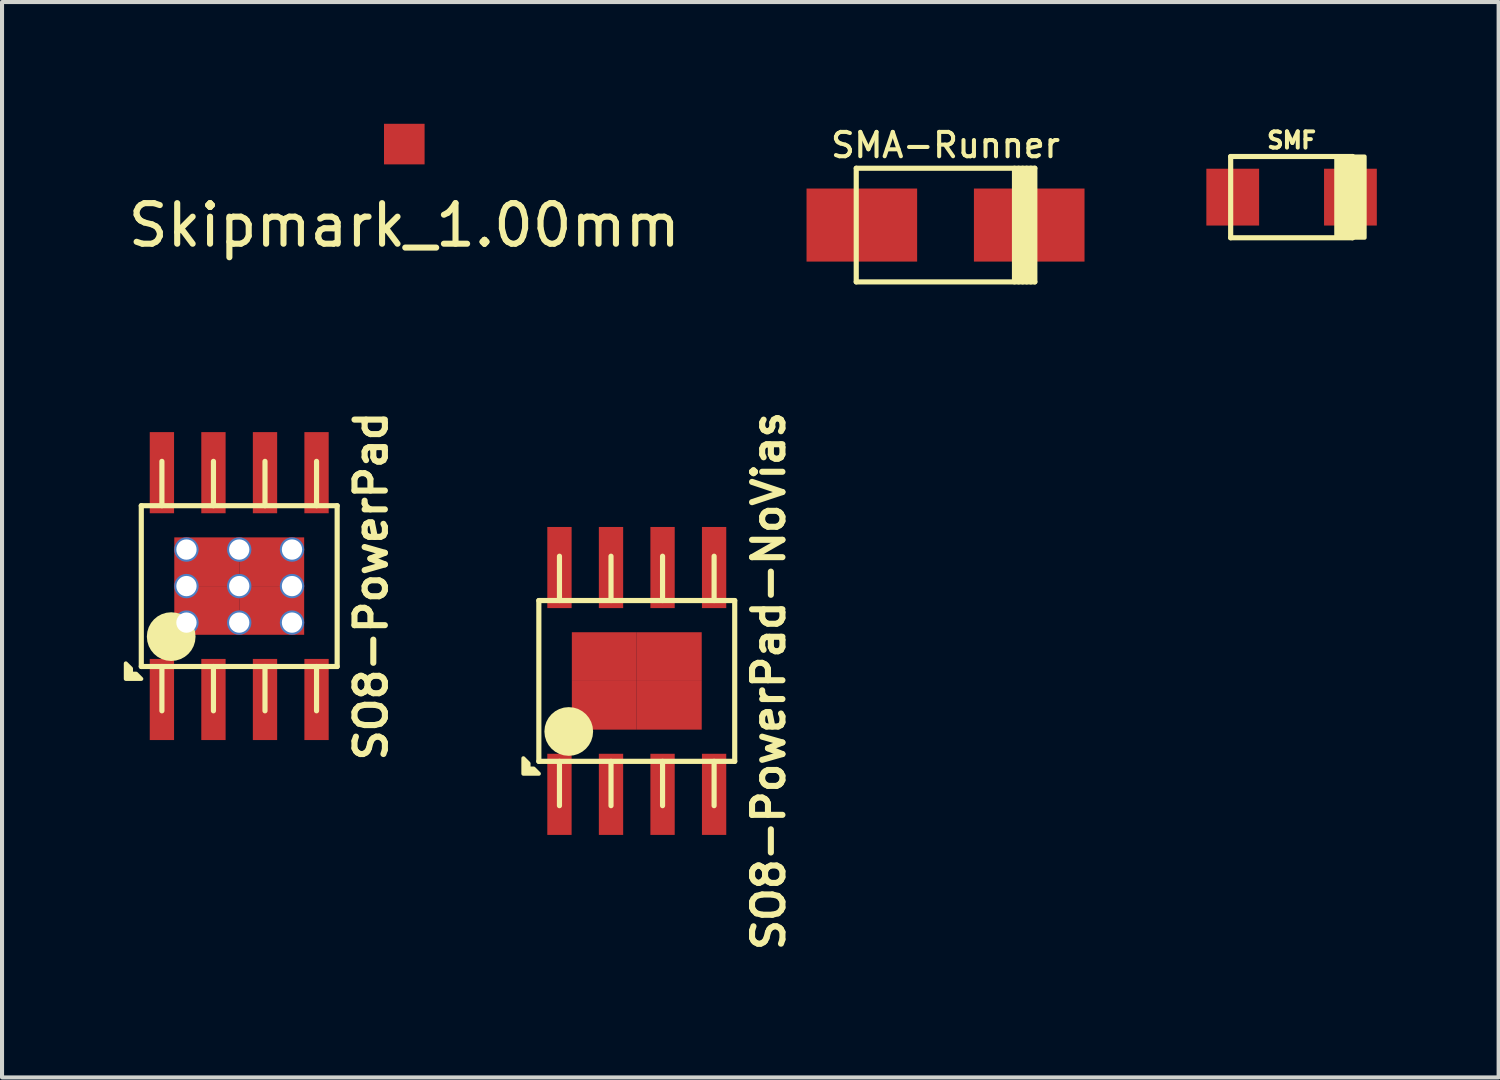
<source format=kicad_pcb>
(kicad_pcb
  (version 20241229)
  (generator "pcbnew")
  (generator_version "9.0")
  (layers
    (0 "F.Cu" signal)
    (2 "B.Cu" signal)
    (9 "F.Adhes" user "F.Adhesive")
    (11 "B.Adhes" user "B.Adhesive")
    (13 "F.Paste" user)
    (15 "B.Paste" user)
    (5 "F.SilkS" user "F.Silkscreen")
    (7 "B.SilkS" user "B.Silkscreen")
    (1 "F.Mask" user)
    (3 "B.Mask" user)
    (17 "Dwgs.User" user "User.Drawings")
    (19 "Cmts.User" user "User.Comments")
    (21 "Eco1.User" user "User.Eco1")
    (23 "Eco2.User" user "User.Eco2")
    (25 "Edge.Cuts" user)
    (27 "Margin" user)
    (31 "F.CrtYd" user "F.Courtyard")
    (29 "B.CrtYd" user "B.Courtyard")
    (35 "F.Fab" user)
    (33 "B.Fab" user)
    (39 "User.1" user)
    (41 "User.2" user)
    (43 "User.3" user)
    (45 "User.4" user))
  (footprint "SO8-PowerPad"
    (layer "F.Cu")
    (at 2.844 11.39)
    (property "Reference" "SO8-PowerPad" (at 3.25 0 90) (layer "F.SilkS") (effects (font (size 0.749 0.749) (thickness 0.15))))
    (attr smd)
    (fp_line (start -2.413 -1.981) (end -2.413 1.981) (stroke (width 0.127) (type solid)) (layer "F.SilkS"))
    (fp_line (start -2.413 1.981) (end 2.413 1.981) (stroke (width 0.127) (type solid)) (layer "F.SilkS"))
    (fp_line (start -1.905 -1.981) (end -1.905 -3.073) (stroke (width 0.127) (type solid)) (layer "F.SilkS"))
    (fp_line (start -1.905 3.073) (end -1.905 1.981) (stroke (width 0.127) (type solid)) (layer "F.SilkS"))
    (fp_line (start -0.635 -1.981) (end -0.635 -3.073) (stroke (width 0.127) (type solid)) (layer "F.SilkS"))
    (fp_line (start -0.635 3.073) (end -0.635 1.981) (stroke (width 0.127) (type solid)) (layer "F.SilkS"))
    (fp_line (start 0.635 -1.981) (end 0.635 -3.073) (stroke (width 0.127) (type solid)) (layer "F.SilkS"))
    (fp_line (start 0.635 3.073) (end 0.635 1.981) (stroke (width 0.127) (type solid)) (layer "F.SilkS"))
    (fp_line (start 1.905 -3.073) (end 1.905 -1.981) (stroke (width 0.127) (type solid)) (layer "F.SilkS"))
    (fp_line (start 1.905 1.981) (end 1.905 3.073) (stroke (width 0.127) (type solid)) (layer "F.SilkS"))
    (fp_line (start 2.413 -1.981) (end -2.413 -1.981) (stroke (width 0.127) (type solid)) (layer "F.SilkS"))
    (fp_line (start 2.413 1.981) (end 2.413 -1.981) (stroke (width 0.127) (type solid)) (layer "F.SilkS"))
    (fp_circle (center -1.676 1.245) (end -1.376 1.245) (stroke (width 0.6) (type solid)) (fill no) (layer "F.SilkS"))
    (fp_poly (pts (xy -2.667 2.032) (xy -2.667 2.159) (xy -2.54 2.159) (xy -2.413 2.286) (xy -2.794 2.286) (xy -2.794 1.905)) (stroke (width 0.1) (type solid)) (fill yes) (layer "F.SilkS"))
    (pad "1" smd rect (at -1.905 2.794) (size 0.599 1.999) (layers "F.Cu" "F.Mask" "F.Paste"))
    (pad "2" smd rect (at -0.635 2.794) (size 0.599 1.999) (layers "F.Cu" "F.Mask" "F.Paste"))
    (pad "3" smd rect (at 0.635 2.794) (size 0.599 1.999) (layers "F.Cu" "F.Mask" "F.Paste"))
    (pad "4" smd rect (at 1.905 2.794) (size 0.599 1.999) (layers "F.Cu" "F.Mask" "F.Paste"))
    (pad "5" smd rect (at 1.905 -2.794) (size 0.599 1.999) (layers "F.Cu" "F.Mask" "F.Paste"))
    (pad "6" smd rect (at 0.635 -2.794) (size 0.599 1.999) (layers "F.Cu" "F.Mask" "F.Paste"))
    (pad "7" smd rect (at -0.635 -2.794) (size 0.599 1.999) (layers "F.Cu" "F.Mask" "F.Paste"))
    (pad "8" smd rect (at -1.905 -2.794) (size 0.599 1.999) (layers "F.Cu" "F.Mask" "F.Paste"))
    (pad "9" thru_hole circle (at -1.3 -0.9) (size 0.6 0.6) (drill 0.5) (layers "*.Cu" "*.Mask"))
    (pad "9" thru_hole circle (at -1.3 0) (size 0.6 0.6) (drill 0.5) (layers "*.Cu" "*.Mask"))
    (pad "9" thru_hole circle (at -1.3 0.9) (size 0.6 0.6) (drill 0.5) (layers "*.Cu" "*.Mask"))
    (pad "9" smd rect (at -0.8 -0.6) (size 1.6 1.2) (layers "F.Cu" "F.Mask" "F.Paste"))
    (pad "9" smd rect (at -0.8 0.6) (size 1.6 1.2) (layers "F.Cu" "F.Mask" "F.Paste"))
    (pad "9" thru_hole circle (at 0 -0.9) (size 0.6 0.6) (drill 0.5) (layers "*.Cu" "*.Mask"))
    (pad "9" thru_hole circle (at 0 0) (size 0.6 0.6) (drill 0.5) (layers "*.Cu" "*.Mask"))
    (pad "9" thru_hole circle (at 0 0.9) (size 0.6 0.6) (drill 0.5) (layers "*.Cu" "*.Mask"))
    (pad "9" smd rect (at 0.8 -0.6) (size 1.6 1.2) (layers "F.Cu" "F.Mask" "F.Paste"))
    (pad "9" smd rect (at 0.8 0.6) (size 1.6 1.2) (layers "F.Cu" "F.Mask" "F.Paste"))
    (pad "9" thru_hole circle (at 1.3 -0.9) (size 0.6 0.6) (drill 0.5) (layers "*.Cu" "*.Mask"))
    (pad "9" thru_hole circle (at 1.3 0) (size 0.6 0.6) (drill 0.5) (layers "*.Cu" "*.Mask"))
    (pad "9" thru_hole circle (at 1.3 0.9) (size 0.6 0.6) (drill 0.5) (layers "*.Cu" "*.Mask")))
  (footprint "SMA-Runner"
    (layer "F.Cu")
    (at 20.246 2.495)
    (property "Reference" "SMA-Runner" (at 0 -1.968 0) (layer "F.SilkS") (effects (font (size 0.6 0.6) (thickness 0.1))))
    (attr smd)
    (fp_line (start -2.2 -1.4) (end -2.2 1.4) (stroke (width 0.127) (type solid)) (layer "F.SilkS"))
    (fp_line (start -2.2 1.4) (end 2.2 1.4) (stroke (width 0.127) (type solid)) (layer "F.SilkS"))
    (fp_line (start 1.699 -1.4) (end 1.699 1.4) (stroke (width 0.127) (type solid)) (layer "F.SilkS"))
    (fp_line (start 1.801 -1.4) (end 1.801 1.4) (stroke (width 0.127) (type solid)) (layer "F.SilkS"))
    (fp_line (start 1.9 1.4) (end 1.9 -1.4) (stroke (width 0.127) (type solid)) (layer "F.SilkS"))
    (fp_line (start 1.999 -1.4) (end 1.999 1.4) (stroke (width 0.127) (type solid)) (layer "F.SilkS"))
    (fp_line (start 2.101 1.4) (end 2.101 -1.4) (stroke (width 0.127) (type solid)) (layer "F.SilkS"))
    (fp_line (start 2.2 -1.4) (end -2.2 -1.4) (stroke (width 0.127) (type solid)) (layer "F.SilkS"))
    (fp_line (start 2.2 1.4) (end 2.2 -1.4) (stroke (width 0.127) (type solid)) (layer "F.SilkS"))
    (pad "1" smd rect (at 2.062 0) (size 2.725 1.8) (layers "F.Cu" "F.Mask" "F.Paste"))
    (pad "2" smd rect (at -2.062 0) (size 2.725 1.8) (layers "F.Cu" "F.Mask" "F.Paste")))
  (footprint "SMF"
    (layer "F.Cu")
    (at 28.772 1.807)
    (property "Reference" "SMF" (at 0 -1.4 0) (layer "F.SilkS") (effects (font (size 0.399 0.399) (thickness 0.099))))
    (attr smd)
    (fp_line (start -1.501 -1.001) (end -1.501 1.001) (stroke (width 0.127) (type solid)) (layer "F.SilkS"))
    (fp_line (start -1.501 1.001) (end 1.501 1.001) (stroke (width 0.127) (type solid)) (layer "F.SilkS"))
    (fp_line (start 1.501 -1.001) (end -1.501 -1.001) (stroke (width 0.127) (type solid)) (layer "F.SilkS"))
    (fp_line (start 1.501 1.001) (end 1.501 -1.001) (stroke (width 0.127) (type solid)) (layer "F.SilkS"))
    (fp_rect (start 1.101 -1.001) (end 1.8 1) (stroke (width 0.1) (type solid)) (fill yes) (layer "F.SilkS"))
    (pad "1" smd rect (at 1.45 0) (size 1.3 1.4) (layers "F.Cu" "F.Mask" "F.Paste"))
    (pad "2" smd rect (at -1.45 0) (size 1.3 1.4) (layers "F.Cu" "F.Mask" "F.Paste")))
  (footprint "SO8-PowerPad-NoVias"
    (layer "F.Cu")
    (at 12.639 13.727)
    (property "Reference" "SO8-PowerPad-NoVias" (at 3.25 0 90) (layer "F.SilkS") (effects (font (size 0.749 0.749) (thickness 0.15))))
    (attr smd)
    (fp_line (start -2.413 -1.981) (end -2.413 1.981) (stroke (width 0.127) (type solid)) (layer "F.SilkS"))
    (fp_line (start -2.413 1.981) (end 2.413 1.981) (stroke (width 0.127) (type solid)) (layer "F.SilkS"))
    (fp_line (start -1.905 -1.981) (end -1.905 -3.073) (stroke (width 0.127) (type solid)) (layer "F.SilkS"))
    (fp_line (start -1.905 3.073) (end -1.905 1.981) (stroke (width 0.127) (type solid)) (layer "F.SilkS"))
    (fp_line (start -0.635 -1.981) (end -0.635 -3.073) (stroke (width 0.127) (type solid)) (layer "F.SilkS"))
    (fp_line (start -0.635 3.073) (end -0.635 1.981) (stroke (width 0.127) (type solid)) (layer "F.SilkS"))
    (fp_line (start 0.635 -1.981) (end 0.635 -3.073) (stroke (width 0.127) (type solid)) (layer "F.SilkS"))
    (fp_line (start 0.635 3.073) (end 0.635 1.981) (stroke (width 0.127) (type solid)) (layer "F.SilkS"))
    (fp_line (start 1.905 -3.073) (end 1.905 -1.981) (stroke (width 0.127) (type solid)) (layer "F.SilkS"))
    (fp_line (start 1.905 1.981) (end 1.905 3.073) (stroke (width 0.127) (type solid)) (layer "F.SilkS"))
    (fp_line (start 2.413 -1.981) (end -2.413 -1.981) (stroke (width 0.127) (type solid)) (layer "F.SilkS"))
    (fp_line (start 2.413 1.981) (end 2.413 -1.981) (stroke (width 0.127) (type solid)) (layer "F.SilkS"))
    (fp_circle (center -1.676 1.245) (end -1.376 1.245) (stroke (width 0.6) (type solid)) (fill no) (layer "F.SilkS"))
    (fp_poly (pts (xy -2.667 2.032) (xy -2.667 2.159) (xy -2.54 2.159) (xy -2.413 2.286) (xy -2.794 2.286) (xy -2.794 1.905)) (stroke (width 0.1) (type solid)) (fill yes) (layer "F.SilkS"))
    (pad "1" smd rect (at -1.905 2.794) (size 0.599 1.999) (layers "F.Cu" "F.Mask" "F.Paste"))
    (pad "2" smd rect (at -0.635 2.794) (size 0.599 1.999) (layers "F.Cu" "F.Mask" "F.Paste"))
    (pad "3" smd rect (at 0.635 2.794) (size 0.599 1.999) (layers "F.Cu" "F.Mask" "F.Paste"))
    (pad "4" smd rect (at 1.905 2.794) (size 0.599 1.999) (layers "F.Cu" "F.Mask" "F.Paste"))
    (pad "5" smd rect (at 1.905 -2.794) (size 0.599 1.999) (layers "F.Cu" "F.Mask" "F.Paste"))
    (pad "6" smd rect (at 0.635 -2.794) (size 0.599 1.999) (layers "F.Cu" "F.Mask" "F.Paste"))
    (pad "7" smd rect (at -0.635 -2.794) (size 0.599 1.999) (layers "F.Cu" "F.Mask" "F.Paste"))
    (pad "8" smd rect (at -1.905 -2.794) (size 0.599 1.999) (layers "F.Cu" "F.Mask" "F.Paste"))
    (pad "9" smd rect (at -0.8 -0.6) (size 1.6 1.2) (layers "F.Cu" "F.Mask" "F.Paste"))
    (pad "9" smd rect (at -0.8 0.6) (size 1.6 1.2) (layers "F.Cu" "F.Mask" "F.Paste"))
    (pad "9" smd rect (at 0.8 -0.6) (size 1.6 1.2) (layers "F.Cu" "F.Mask" "F.Paste"))
    (pad "9" smd rect (at 0.8 0.6) (size 1.6 1.2) (layers "F.Cu" "F.Mask" "F.Paste")))
  (footprint "Skipmark_1.00mm"
    (layer "F.Cu")
    (at 6.911 0.5)
    (property "Reference" "Skipmark_1.00mm" (at 0 2 0) (layer "F.SilkS") (effects (font (size 1 1) (thickness 0.15))))
    (attr exclude_from_bom)
    (pad "0" smd rect (at 0 0) (size 1 1) (layers "F.Cu" "F.Mask")))
  (gr_rect
    (start -3 -3)
    (end 33.873 23.495)
    (stroke (width 0.1) (type default))
    (fill no)
    (layer "Edge.Cuts")))
</source>
